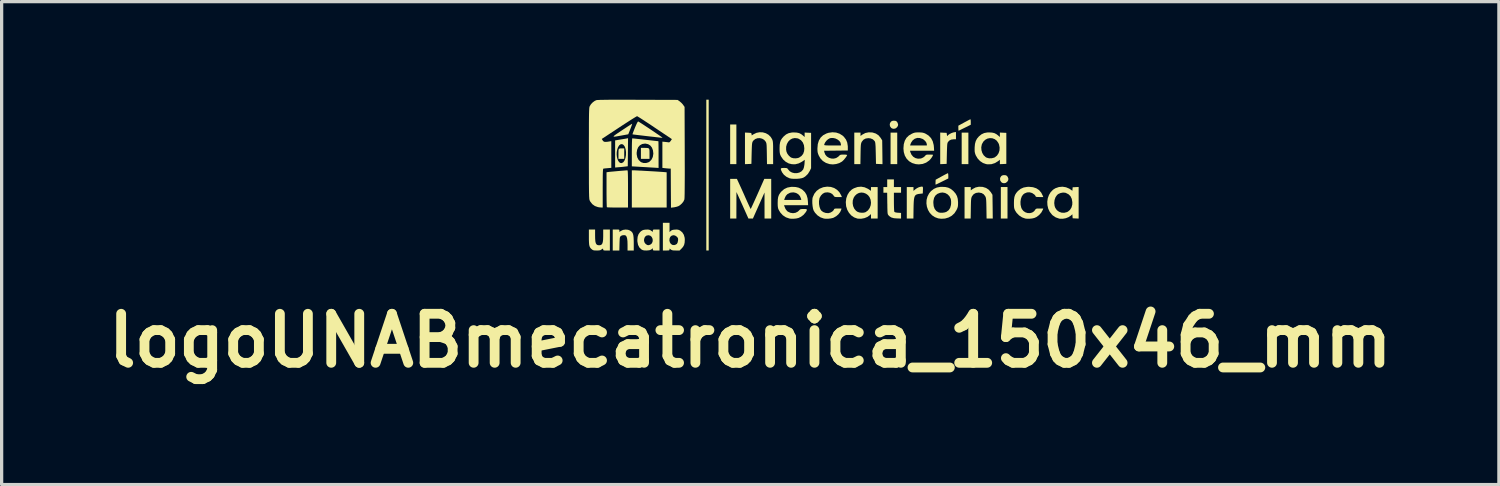
<source format=kicad_pcb>
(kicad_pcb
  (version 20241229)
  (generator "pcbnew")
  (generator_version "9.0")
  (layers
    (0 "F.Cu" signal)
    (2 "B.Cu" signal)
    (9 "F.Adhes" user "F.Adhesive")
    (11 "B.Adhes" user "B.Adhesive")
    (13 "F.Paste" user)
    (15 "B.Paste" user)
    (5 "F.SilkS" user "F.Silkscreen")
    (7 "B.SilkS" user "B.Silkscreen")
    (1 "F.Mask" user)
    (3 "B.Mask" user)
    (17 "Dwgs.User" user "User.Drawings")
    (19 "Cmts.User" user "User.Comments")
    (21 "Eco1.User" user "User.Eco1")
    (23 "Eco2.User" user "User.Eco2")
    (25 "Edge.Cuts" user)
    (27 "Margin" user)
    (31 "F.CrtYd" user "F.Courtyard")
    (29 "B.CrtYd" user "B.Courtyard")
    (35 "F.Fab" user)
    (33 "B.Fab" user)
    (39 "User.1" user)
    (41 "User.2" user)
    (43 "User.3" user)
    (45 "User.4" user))
  (footprint "logoUNABmecatronica_150x46_mm"
    (layer "F.Cu")
    (at 22.447 2.293)
    (property "Reference" "logoUNABmecatronica_150x46_mm" (at -2.54 5.08 0) (layer "F.SilkS") (effects (font (size 1.5 1.5) (thickness 0.3))))
    (attr board_only exclude_from_pos_files exclude_from_bom)
    (fp_poly (pts (xy -3.812 0.015) (xy -3.812 2.322) (xy -3.849 2.322) (xy -3.885 2.322) (xy -3.885 0.015) (xy -3.885 -2.293) (xy -3.849 -2.293) (xy -3.812 -2.293)) (stroke (width 0) (type solid)) (fill yes) (layer "F.SilkS"))
    (fp_poly (pts (xy -2.965 -0.927) (xy -2.965 -0.321) (xy -3.06 -0.321) (xy -3.155 -0.321) (xy -3.155 -0.927) (xy -3.155 -1.534) (xy -3.06 -1.534) (xy -2.965 -1.534)) (stroke (width 0) (type solid)) (fill yes) (layer "F.SilkS"))
    (fp_poly (pts (xy 1.957 -0.803) (xy 1.957 -0.321) (xy 1.855 -0.321) (xy 1.753 -0.321) (xy 1.753 -0.803) (xy 1.753 -1.285) (xy 1.855 -1.285) (xy 1.957 -1.285)) (stroke (width 0) (type solid)) (fill yes) (layer "F.SilkS"))
    (fp_poly (pts (xy 4.134 -0.803) (xy 4.134 -0.321) (xy 4.031 -0.321) (xy 3.929 -0.321) (xy 3.929 -0.803) (xy 3.929 -1.285) (xy 4.031 -1.285) (xy 4.134 -1.285)) (stroke (width 0) (type solid)) (fill yes) (layer "F.SilkS"))
    (fp_poly (pts (xy 5.331 0.862) (xy 5.331 1.344) (xy 5.229 1.344) (xy 5.127 1.344) (xy 5.127 0.862) (xy 5.127 0.38) (xy 5.229 0.38) (xy 5.331 0.38)) (stroke (width 0) (type solid)) (fill yes) (layer "F.SilkS"))
    (fp_poly (pts (xy -6.397 -0.643) (xy -6.397 -0.482) (xy -6.485 -0.482) (xy -6.573 -0.482) (xy -6.573 -0.634) (xy -6.572 -0.706) (xy -6.569 -0.754) (xy -6.559 -0.783) (xy -6.539 -0.798) (xy -6.507 -0.803) (xy -6.462 -0.803) (xy -6.397 -0.803)) (stroke (width 0) (type solid)) (fill yes) (layer "F.SilkS"))
    (fp_poly (pts (xy -5.788 -0.818) (xy -5.719 -0.817) (xy -5.672 -0.813) (xy -5.644 -0.801) (xy -5.629 -0.775) (xy -5.624 -0.731) (xy -5.623 -0.664) (xy -5.623 -0.641) (xy -5.623 -0.482) (xy -5.755 -0.482) (xy -5.886 -0.482) (xy -5.886 -0.65) (xy -5.886 -0.818)) (stroke (width 0) (type solid)) (fill yes) (layer "F.SilkS"))
    (fp_poly (pts (xy 1.906 -1.645) (xy 1.941 -1.625) (xy 1.965 -1.591) (xy 1.984 -1.538) (xy 1.978 -1.493) (xy 1.949 -1.447) (xy 1.903 -1.412) (xy 1.849 -1.401) (xy 1.797 -1.413) (xy 1.77 -1.432) (xy 1.735 -1.482) (xy 1.728 -1.54) (xy 1.738 -1.578) (xy 1.768 -1.624) (xy 1.813 -1.646) (xy 1.853 -1.65)) (stroke (width 0) (type solid)) (fill yes) (layer "F.SilkS"))
    (fp_poly (pts (xy 5.28 0.02) (xy 5.315 0.04) (xy 5.339 0.074) (xy 5.358 0.127) (xy 5.352 0.172) (xy 5.323 0.218) (xy 5.277 0.253) (xy 5.223 0.264) (xy 5.171 0.252) (xy 5.144 0.233) (xy 5.109 0.183) (xy 5.102 0.125) (xy 5.112 0.087) (xy 5.142 0.041) (xy 5.187 0.019) (xy 5.227 0.015)) (stroke (width 0) (type solid)) (fill yes) (layer "F.SilkS"))
    (fp_poly (pts (xy -6.078 -0.131) (xy -6.021 -0.128) (xy -5.945 -0.124) (xy -5.855 -0.12) (xy -5.754 -0.114) (xy -5.648 -0.108) (xy -5.543 -0.102) (xy -5.442 -0.096) (xy -5.35 -0.09) (xy -5.273 -0.085) (xy -5.215 -0.081) (xy -5.189 -0.079) (xy -5.098 -0.071) (xy -5.098 0.469) (xy -5.098 1.008) (xy -5.631 1.008) (xy -6.164 1.008) (xy -6.164 0.438) (xy -6.164 -0.131) (xy -6.11 -0.131)) (stroke (width 0) (type solid)) (fill yes) (layer "F.SilkS"))
    (fp_poly (pts (xy 3.514 -0.031) (xy 3.519 0.003) (xy 3.52 0.036) (xy 3.52 0.117) (xy 3.33 0.212) (xy 3.263 0.245) (xy 3.204 0.274) (xy 3.16 0.295) (xy 3.136 0.306) (xy 3.132 0.307) (xy 3.129 0.294) (xy 3.128 0.26) (xy 3.129 0.231) (xy 3.133 0.156) (xy 3.314 0.056) (xy 3.38 0.02) (xy 3.437 -0.01) (xy 3.48 -0.032) (xy 3.505 -0.043) (xy 3.508 -0.044)) (stroke (width 0) (type solid)) (fill yes) (layer "F.SilkS"))
    (fp_poly (pts (xy 4.202 -1.681) (xy 4.206 -1.647) (xy 4.207 -1.61) (xy 4.207 -1.526) (xy 4.024 -1.435) (xy 3.957 -1.402) (xy 3.901 -1.374) (xy 3.859 -1.354) (xy 3.836 -1.344) (xy 3.834 -1.344) (xy 3.83 -1.357) (xy 3.828 -1.391) (xy 3.827 -1.42) (xy 3.827 -1.497) (xy 4.008 -1.596) (xy 4.074 -1.631) (xy 4.13 -1.661) (xy 4.172 -1.683) (xy 4.195 -1.693) (xy 4.198 -1.694)) (stroke (width 0) (type solid)) (fill yes) (layer "F.SilkS"))
    (fp_poly (pts (xy -6.156 -1.542) (xy -6.168 -1.506) (xy -6.187 -1.453) (xy -6.21 -1.393) (xy -6.273 -1.234) (xy -6.449 -1.202) (xy -6.553 -1.183) (xy -6.633 -1.169) (xy -6.687 -1.162) (xy -6.717 -1.162) (xy -6.722 -1.172) (xy -6.703 -1.192) (xy -6.66 -1.225) (xy -6.592 -1.271) (xy -6.501 -1.332) (xy -6.464 -1.357) (xy -6.38 -1.412) (xy -6.305 -1.462) (xy -6.241 -1.503) (xy -6.193 -1.534) (xy -6.162 -1.552) (xy -6.153 -1.557)) (stroke (width 0) (type solid)) (fill yes) (layer "F.SilkS"))
    (fp_poly (pts (xy 2.74 0.38) (xy 2.745 0.415) (xy 2.743 0.471) (xy 2.739 0.577) (xy 2.658 0.586) (xy 2.602 0.593) (xy 2.557 0.605) (xy 2.523 0.623) (xy 2.498 0.652) (xy 2.481 0.695) (xy 2.469 0.755) (xy 2.462 0.835) (xy 2.458 0.938) (xy 2.456 1.033) (xy 2.452 1.344) (xy 2.351 1.344) (xy 2.249 1.344) (xy 2.249 0.862) (xy 2.249 0.38) (xy 2.352 0.38) (xy 2.454 0.38) (xy 2.454 0.439) (xy 2.454 0.499) (xy 2.513 0.448) (xy 2.561 0.415) (xy 2.615 0.388) (xy 2.636 0.381) (xy 2.691 0.368) (xy 2.724 0.366)) (stroke (width 0) (type solid)) (fill yes) (layer "F.SilkS"))
    (fp_poly (pts (xy 3.754 -1.192) (xy 3.754 -1.081) (xy 3.684 -1.081) (xy 3.611 -1.072) (xy 3.556 -1.046) (xy 3.514 -1.003) (xy 3.504 -0.988) (xy 3.496 -0.969) (xy 3.49 -0.943) (xy 3.486 -0.907) (xy 3.483 -0.855) (xy 3.48 -0.783) (xy 3.477 -0.688) (xy 3.476 -0.645) (xy 3.469 -0.329) (xy 3.37 -0.324) (xy 3.272 -0.32) (xy 3.272 -0.803) (xy 3.272 -1.287) (xy 3.37 -1.282) (xy 3.469 -1.278) (xy 3.476 -1.22) (xy 3.483 -1.185) (xy 3.49 -1.179) (xy 3.494 -1.186) (xy 3.516 -1.212) (xy 3.558 -1.241) (xy 3.61 -1.268) (xy 3.665 -1.288) (xy 3.692 -1.294) (xy 3.754 -1.304)) (stroke (width 0) (type solid)) (fill yes) (layer "F.SilkS"))
    (fp_poly (pts (xy -6.294 -0.126) (xy -6.29 -0.106) (xy -6.287 -0.071) (xy -6.285 -0.018) (xy -6.283 0.055) (xy -6.282 0.15) (xy -6.281 0.27) (xy -6.281 0.416) (xy -6.281 0.438) (xy -6.281 1.008) (xy -6.6 1.008) (xy -6.693 1.007) (xy -6.777 1.006) (xy -6.846 1.004) (xy -6.897 1.002) (xy -6.925 0.999) (xy -6.928 0.998) (xy -6.93 0.982) (xy -6.932 0.939) (xy -6.934 0.875) (xy -6.936 0.791) (xy -6.937 0.691) (xy -6.938 0.578) (xy -6.938 0.458) (xy -6.938 -0.072) (xy -6.89 -0.079) (xy -6.863 -0.083) (xy -6.813 -0.088) (xy -6.746 -0.094) (xy -6.669 -0.101) (xy -6.586 -0.109) (xy -6.503 -0.116) (xy -6.428 -0.122) (xy -6.364 -0.127) (xy -6.319 -0.131) (xy -6.299 -0.132)) (stroke (width 0) (type solid)) (fill yes) (layer "F.SilkS"))
    (fp_poly (pts (xy -5.955 -1.619) (xy -5.919 -1.597) (xy -5.867 -1.564) (xy -5.801 -1.521) (xy -5.727 -1.472) (xy -5.646 -1.419) (xy -5.564 -1.364) (xy -5.483 -1.31) (xy -5.408 -1.258) (xy -5.341 -1.213) (xy -5.287 -1.175) (xy -5.249 -1.147) (xy -5.23 -1.133) (xy -5.229 -1.131) (xy -5.228 -1.129) (xy -5.228 -1.127) (xy -5.232 -1.127) (xy -5.242 -1.127) (xy -5.261 -1.128) (xy -5.292 -1.131) (xy -5.338 -1.137) (xy -5.403 -1.144) (xy -5.488 -1.154) (xy -5.598 -1.166) (xy -5.703 -1.178) (xy -5.813 -1.191) (xy -5.913 -1.203) (xy -5.999 -1.213) (xy -6.069 -1.222) (xy -6.118 -1.228) (xy -6.143 -1.232) (xy -6.145 -1.232) (xy -6.141 -1.247) (xy -6.128 -1.283) (xy -6.108 -1.336) (xy -6.082 -1.402) (xy -6.07 -1.432) (xy -6.036 -1.512) (xy -6.008 -1.573) (xy -5.986 -1.612) (xy -5.972 -1.627) (xy -5.971 -1.627)) (stroke (width 0) (type solid)) (fill yes) (layer "F.SilkS"))
    (fp_poly (pts (xy -6.592 1.68) (xy -6.562 1.683) (xy -6.548 1.691) (xy -6.544 1.707) (xy -6.544 1.717) (xy -6.544 1.755) (xy -6.497 1.722) (xy -6.433 1.692) (xy -6.356 1.681) (xy -6.28 1.688) (xy -6.223 1.71) (xy -6.183 1.736) (xy -6.153 1.767) (xy -6.132 1.806) (xy -6.118 1.858) (xy -6.11 1.928) (xy -6.106 2.02) (xy -6.105 2.093) (xy -6.105 2.322) (xy -6.2 2.322) (xy -6.295 2.322) (xy -6.295 2.147) (xy -6.298 2.039) (xy -6.307 1.959) (xy -6.323 1.903) (xy -6.345 1.869) (xy -6.353 1.863) (xy -6.393 1.852) (xy -6.444 1.855) (xy -6.489 1.871) (xy -6.505 1.883) (xy -6.518 1.898) (xy -6.527 1.917) (xy -6.533 1.945) (xy -6.536 1.988) (xy -6.539 2.051) (xy -6.541 2.118) (xy -6.546 2.322) (xy -6.647 2.322) (xy -6.748 2.322) (xy -6.748 2.001) (xy -6.748 1.68) (xy -6.646 1.68)) (stroke (width 0) (type solid)) (fill yes) (layer "F.SilkS"))
    (fp_poly (pts (xy -6.284 -0.685) (xy -6.288 -0.256) (xy -6.361 -0.247) (xy -6.412 -0.241) (xy -6.479 -0.234) (xy -6.547 -0.228) (xy -6.554 -0.228) (xy -6.675 -0.217) (xy -6.675 -0.612) (xy -6.628 -0.612) (xy -6.62 -0.539) (xy -6.603 -0.473) (xy -6.579 -0.418) (xy -6.548 -0.378) (xy -6.511 -0.355) (xy -6.472 -0.353) (xy -6.429 -0.377) (xy -6.42 -0.386) (xy -6.384 -0.439) (xy -6.358 -0.512) (xy -6.344 -0.597) (xy -6.342 -0.686) (xy -6.352 -0.772) (xy -6.375 -0.847) (xy -6.381 -0.858) (xy -6.418 -0.909) (xy -6.46 -0.933) (xy -6.505 -0.929) (xy -6.548 -0.899) (xy -6.585 -0.842) (xy -6.586 -0.84) (xy -6.612 -0.766) (xy -6.626 -0.689) (xy -6.628 -0.612) (xy -6.675 -0.612) (xy -6.675 -0.632) (xy -6.675 -1.047) (xy -6.518 -1.073) (xy -6.449 -1.084) (xy -6.387 -1.094) (xy -6.341 -1.102) (xy -6.321 -1.106) (xy -6.28 -1.114)) (stroke (width 0) (type solid)) (fill yes) (layer "F.SilkS"))
    (fp_poly (pts (xy 1.19 -1.29) (xy 1.202 -1.288) (xy 1.301 -1.257) (xy 1.383 -1.204) (xy 1.448 -1.126) (xy 1.453 -1.118) (xy 1.497 -1.047) (xy 1.502 -0.683) (xy 1.506 -0.32) (xy 1.407 -0.324) (xy 1.307 -0.329) (xy 1.3 -0.657) (xy 1.297 -0.765) (xy 1.295 -0.848) (xy 1.291 -0.91) (xy 1.287 -0.955) (xy 1.282 -0.986) (xy 1.275 -1.008) (xy 1.266 -1.024) (xy 1.265 -1.027) (xy 1.213 -1.078) (xy 1.143 -1.108) (xy 1.073 -1.116) (xy 0.991 -1.104) (xy 0.924 -1.068) (xy 0.875 -1.009) (xy 0.87 -1.001) (xy 0.86 -0.979) (xy 0.852 -0.954) (xy 0.846 -0.924) (xy 0.842 -0.882) (xy 0.839 -0.824) (xy 0.837 -0.747) (xy 0.835 -0.646) (xy 0.835 -0.632) (xy 0.83 -0.321) (xy 0.736 -0.321) (xy 0.643 -0.321) (xy 0.643 -0.803) (xy 0.643 -1.285) (xy 0.738 -1.285) (xy 0.833 -1.285) (xy 0.833 -1.234) (xy 0.833 -1.183) (xy 0.892 -1.226) (xy 0.981 -1.273) (xy 1.082 -1.294)) (stroke (width 0) (type solid)) (fill yes) (layer "F.SilkS"))
    (fp_poly (pts (xy 1.855 0.263) (xy 1.855 0.38) (xy 1.965 0.38) (xy 2.074 0.38) (xy 2.074 0.467) (xy 2.074 0.555) (xy 1.965 0.555) (xy 1.855 0.555) (xy 1.855 0.836) (xy 1.856 0.925) (xy 1.858 1.004) (xy 1.861 1.07) (xy 1.864 1.116) (xy 1.869 1.138) (xy 1.869 1.139) (xy 1.893 1.153) (xy 1.945 1.163) (xy 1.978 1.166) (xy 2.074 1.172) (xy 2.074 1.258) (xy 2.074 1.344) (xy 1.983 1.342) (xy 1.924 1.339) (xy 1.869 1.335) (xy 1.84 1.33) (xy 1.774 1.31) (xy 1.722 1.276) (xy 1.694 1.249) (xy 1.683 1.236) (xy 1.674 1.222) (xy 1.667 1.203) (xy 1.662 1.176) (xy 1.659 1.137) (xy 1.657 1.081) (xy 1.655 1.004) (xy 1.654 0.903) (xy 1.653 0.883) (xy 1.649 0.555) (xy 1.591 0.555) (xy 1.534 0.555) (xy 1.534 0.467) (xy 1.534 0.38) (xy 1.592 0.38) (xy 1.65 0.38) (xy 1.65 0.263) (xy 1.65 0.146) (xy 1.753 0.146) (xy 1.855 0.146)) (stroke (width 0) (type solid)) (fill yes) (layer "F.SilkS"))
    (fp_poly (pts (xy 4.564 0.375) (xy 4.576 0.377) (xy 4.675 0.408) (xy 4.757 0.462) (xy 4.822 0.539) (xy 4.827 0.547) (xy 4.871 0.618) (xy 4.876 0.981) (xy 4.88 1.344) (xy 4.786 1.344) (xy 4.691 1.344) (xy 4.686 1.033) (xy 4.684 0.929) (xy 4.682 0.849) (xy 4.679 0.789) (xy 4.675 0.746) (xy 4.67 0.714) (xy 4.662 0.689) (xy 4.652 0.667) (xy 4.651 0.665) (xy 4.603 0.602) (xy 4.539 0.564) (xy 4.458 0.549) (xy 4.448 0.549) (xy 4.365 0.561) (xy 4.298 0.597) (xy 4.249 0.656) (xy 4.244 0.665) (xy 4.234 0.687) (xy 4.226 0.711) (xy 4.22 0.742) (xy 4.216 0.784) (xy 4.213 0.841) (xy 4.211 0.919) (xy 4.209 1.02) (xy 4.209 1.033) (xy 4.204 1.344) (xy 4.11 1.344) (xy 4.017 1.344) (xy 4.017 0.862) (xy 4.017 0.38) (xy 4.112 0.38) (xy 4.207 0.38) (xy 4.207 0.431) (xy 4.207 0.482) (xy 4.266 0.439) (xy 4.355 0.392) (xy 4.456 0.371)) (stroke (width 0) (type solid)) (fill yes) (layer "F.SilkS"))
    (fp_poly (pts (xy -7.288 1.86) (xy -7.286 1.964) (xy -7.28 2.042) (xy -7.267 2.097) (xy -7.246 2.133) (xy -7.217 2.154) (xy -7.177 2.161) (xy -7.164 2.162) (xy -7.122 2.157) (xy -7.09 2.14) (xy -7.067 2.109) (xy -7.052 2.059) (xy -7.043 1.987) (xy -7.04 1.891) (xy -7.04 1.86) (xy -7.04 1.68) (xy -6.938 1.68) (xy -6.836 1.68) (xy -6.836 2.001) (xy -6.836 2.322) (xy -6.938 2.322) (xy -6.992 2.322) (xy -7.022 2.318) (xy -7.036 2.31) (xy -7.04 2.295) (xy -7.04 2.293) (xy -7.044 2.269) (xy -7.049 2.264) (xy -7.065 2.272) (xy -7.093 2.292) (xy -7.095 2.293) (xy -7.122 2.31) (xy -7.159 2.319) (xy -7.213 2.322) (xy -7.238 2.322) (xy -7.296 2.321) (xy -7.335 2.316) (xy -7.364 2.304) (xy -7.392 2.283) (xy -7.422 2.255) (xy -7.444 2.224) (xy -7.46 2.187) (xy -7.47 2.138) (xy -7.475 2.073) (xy -7.478 1.987) (xy -7.478 1.914) (xy -7.478 1.68) (xy -7.383 1.68) (xy -7.288 1.68)) (stroke (width 0) (type solid)) (fill yes) (layer "F.SilkS"))
    (fp_poly (pts (xy -2.879 0.281) (xy -2.852 0.34) (xy -2.816 0.419) (xy -2.774 0.512) (xy -2.729 0.612) (xy -2.685 0.713) (xy -2.672 0.741) (xy -2.633 0.829) (xy -2.597 0.907) (xy -2.567 0.972) (xy -2.544 1.02) (xy -2.53 1.047) (xy -2.527 1.051) (xy -2.519 1.038) (xy -2.502 1.002) (xy -2.475 0.944) (xy -2.441 0.87) (xy -2.4 0.78) (xy -2.355 0.68) (xy -2.315 0.591) (xy -2.111 0.131) (xy -2.005 0.131) (xy -1.899 0.131) (xy -1.899 0.738) (xy -1.899 1.344) (xy -2.001 1.344) (xy -2.103 1.344) (xy -2.104 0.946) (xy -2.104 0.548) (xy -2.282 0.946) (xy -2.459 1.344) (xy -2.528 1.344) (xy -2.596 1.344) (xy -2.732 1.041) (xy -2.774 0.946) (xy -2.816 0.854) (xy -2.854 0.769) (xy -2.886 0.699) (xy -2.91 0.647) (xy -2.915 0.635) (xy -2.963 0.533) (xy -2.964 0.938) (xy -2.965 1.344) (xy -3.06 1.344) (xy -3.155 1.344) (xy -3.155 0.738) (xy -3.155 0.131) (xy -3.052 0.131) (xy -2.949 0.131)) (stroke (width 0) (type solid)) (fill yes) (layer "F.SilkS"))
    (fp_poly (pts (xy -2.157 -1.293) (xy -2.065 -1.267) (xy -1.982 -1.22) (xy -1.915 -1.154) (xy -1.875 -1.089) (xy -1.864 -1.064) (xy -1.856 -1.04) (xy -1.85 -1.013) (xy -1.846 -0.978) (xy -1.843 -0.931) (xy -1.841 -0.868) (xy -1.841 -0.784) (xy -1.841 -0.676) (xy -1.841 -0.668) (xy -1.84 -0.321) (xy -1.934 -0.321) (xy -2.028 -0.321) (xy -2.033 -0.639) (xy -2.035 -0.745) (xy -2.037 -0.826) (xy -2.039 -0.886) (xy -2.043 -0.929) (xy -2.048 -0.961) (xy -2.056 -0.984) (xy -2.065 -1.003) (xy -2.067 -1.007) (xy -2.115 -1.064) (xy -2.178 -1.1) (xy -2.248 -1.117) (xy -2.32 -1.113) (xy -2.387 -1.089) (xy -2.442 -1.045) (xy -2.463 -1.017) (xy -2.472 -0.999) (xy -2.479 -0.975) (xy -2.485 -0.943) (xy -2.489 -0.898) (xy -2.492 -0.836) (xy -2.495 -0.752) (xy -2.498 -0.65) (xy -2.505 -0.329) (xy -2.604 -0.324) (xy -2.702 -0.32) (xy -2.702 -0.803) (xy -2.702 -1.287) (xy -2.604 -1.282) (xy -2.551 -1.279) (xy -2.521 -1.274) (xy -2.507 -1.264) (xy -2.501 -1.247) (xy -2.5 -1.238) (xy -2.496 -1.199) (xy -2.442 -1.234) (xy -2.35 -1.278) (xy -2.254 -1.297)) (stroke (width 0) (type solid)) (fill yes) (layer "F.SilkS"))
    (fp_poly (pts (xy -5.01 1.617) (xy -5.01 1.758) (xy -4.973 1.723) (xy -4.943 1.702) (xy -4.904 1.689) (xy -4.846 1.683) (xy -4.842 1.682) (xy -4.785 1.681) (xy -4.744 1.686) (xy -4.706 1.702) (xy -4.683 1.714) (xy -4.618 1.769) (xy -4.572 1.843) (xy -4.547 1.933) (xy -4.543 1.993) (xy -4.548 2.082) (xy -4.565 2.153) (xy -4.598 2.212) (xy -4.638 2.258) (xy -4.702 2.322) (xy -4.818 2.322) (xy -4.881 2.321) (xy -4.923 2.315) (xy -4.953 2.304) (xy -4.971 2.292) (xy -5.01 2.262) (xy -5.01 2.292) (xy -5.012 2.308) (xy -5.024 2.317) (xy -5.051 2.321) (xy -5.1 2.322) (xy -5.112 2.322) (xy -5.214 2.322) (xy -5.214 2.015) (xy -5.015 2.015) (xy -5 2.073) (xy -4.969 2.12) (xy -4.925 2.15) (xy -4.871 2.157) (xy -4.865 2.156) (xy -4.821 2.142) (xy -4.786 2.12) (xy -4.786 2.12) (xy -4.764 2.081) (xy -4.751 2.022) (xy -4.75 2.018) (xy -4.748 1.971) (xy -4.755 1.941) (xy -4.774 1.914) (xy -4.788 1.899) (xy -4.84 1.864) (xy -4.894 1.854) (xy -4.945 1.868) (xy -4.986 1.903) (xy -5.008 1.95) (xy -5.015 2.015) (xy -5.214 2.015) (xy -5.214 1.899) (xy -5.214 1.475) (xy -5.112 1.475) (xy -5.01 1.475)) (stroke (width 0) (type solid)) (fill yes) (layer "F.SilkS"))
    (fp_poly (pts (xy 0.959 0.388) (xy 1.061 0.434) (xy 1.082 0.447) (xy 1.154 0.497) (xy 1.154 0.438) (xy 1.154 0.38) (xy 1.256 0.38) (xy 1.358 0.38) (xy 1.358 0.862) (xy 1.358 1.344) (xy 1.256 1.344) (xy 1.154 1.344) (xy 1.154 1.275) (xy 1.154 1.207) (xy 1.114 1.245) (xy 1.042 1.296) (xy 0.953 1.332) (xy 0.855 1.35) (xy 0.758 1.348) (xy 0.732 1.343) (xy 0.638 1.309) (xy 0.553 1.251) (xy 0.482 1.172) (xy 0.428 1.077) (xy 0.394 0.97) (xy 0.393 0.962) (xy 0.386 0.879) (xy 0.593 0.879) (xy 0.608 0.965) (xy 0.643 1.043) (xy 0.695 1.106) (xy 0.741 1.138) (xy 0.8 1.159) (xy 0.869 1.167) (xy 0.937 1.164) (xy 0.99 1.148) (xy 1.062 1.095) (xy 1.114 1.022) (xy 1.146 0.935) (xy 1.154 0.858) (xy 1.142 0.767) (xy 1.11 0.69) (xy 1.062 0.628) (xy 1.001 0.584) (xy 0.933 0.557) (xy 0.861 0.548) (xy 0.788 0.56) (xy 0.721 0.594) (xy 0.662 0.649) (xy 0.624 0.708) (xy 0.597 0.791) (xy 0.593 0.879) (xy 0.386 0.879) (xy 0.383 0.84) (xy 0.398 0.724) (xy 0.435 0.619) (xy 0.492 0.528) (xy 0.569 0.455) (xy 0.632 0.418) (xy 0.742 0.379) (xy 0.852 0.369)) (stroke (width 0) (type solid)) (fill yes) (layer "F.SilkS"))
    (fp_poly (pts (xy 7.121 0.387) (xy 7.221 0.429) (xy 7.256 0.452) (xy 7.316 0.496) (xy 7.32 0.441) (xy 7.325 0.387) (xy 7.416 0.383) (xy 7.508 0.378) (xy 7.508 0.862) (xy 7.508 1.345) (xy 7.416 1.341) (xy 7.325 1.336) (xy 7.32 1.275) (xy 7.316 1.213) (xy 7.277 1.249) (xy 7.204 1.299) (xy 7.116 1.334) (xy 7.02 1.351) (xy 6.927 1.349) (xy 6.909 1.345) (xy 6.806 1.309) (xy 6.713 1.246) (xy 6.691 1.224) (xy 6.623 1.138) (xy 6.577 1.041) (xy 6.553 0.936) (xy 6.55 0.869) (xy 6.761 0.869) (xy 6.772 0.959) (xy 6.794 1.019) (xy 6.842 1.088) (xy 6.907 1.136) (xy 6.984 1.164) (xy 7.066 1.168) (xy 7.147 1.148) (xy 7.18 1.132) (xy 7.244 1.078) (xy 7.289 1.006) (xy 7.313 0.918) (xy 7.315 0.843) (xy 7.298 0.743) (xy 7.259 0.662) (xy 7.199 0.602) (xy 7.118 0.561) (xy 7.096 0.554) (xy 7.029 0.549) (xy 6.955 0.563) (xy 6.888 0.592) (xy 6.847 0.624) (xy 6.8 0.693) (xy 6.771 0.777) (xy 6.761 0.869) (xy 6.55 0.869) (xy 6.548 0.828) (xy 6.564 0.722) (xy 6.6 0.623) (xy 6.654 0.534) (xy 6.726 0.461) (xy 6.796 0.417) (xy 6.904 0.38) (xy 7.014 0.37)) (stroke (width 0) (type solid)) (fill yes) (layer "F.SilkS"))
    (fp_poly (pts (xy -6.133 -1.108) (xy -6.09 -1.104) (xy -6.026 -1.097) (xy -5.945 -1.088) (xy -5.851 -1.078) (xy -5.747 -1.066) (xy -5.644 -1.055) (xy -5.551 -1.044) (xy -5.471 -1.035) (xy -5.409 -1.028) (xy -5.368 -1.024) (xy -5.352 -1.022) (xy -5.352 -1.022) (xy -5.35 -1.008) (xy -5.349 -0.969) (xy -5.348 -0.908) (xy -5.347 -0.828) (xy -5.346 -0.734) (xy -5.346 -0.63) (xy -5.346 -0.613) (xy -5.346 -0.204) (xy -5.379 -0.207) (xy -5.402 -0.208) (xy -5.45 -0.211) (xy -5.518 -0.215) (xy -5.603 -0.22) (xy -5.7 -0.226) (xy -5.788 -0.231) (xy -6.164 -0.253) (xy -6.164 -0.67) (xy -6.016 -0.67) (xy -6.015 -0.62) (xy -5.997 -0.527) (xy -5.956 -0.449) (xy -5.894 -0.39) (xy -5.872 -0.377) (xy -5.804 -0.355) (xy -5.729 -0.355) (xy -5.657 -0.376) (xy -5.619 -0.399) (xy -5.56 -0.461) (xy -5.522 -0.541) (xy -5.507 -0.634) (xy -5.506 -0.648) (xy -5.518 -0.745) (xy -5.549 -0.827) (xy -5.599 -0.89) (xy -5.665 -0.931) (xy -5.746 -0.949) (xy -5.762 -0.949) (xy -5.845 -0.937) (xy -5.914 -0.9) (xy -5.967 -0.842) (xy -6.001 -0.764) (xy -6.016 -0.67) (xy -6.164 -0.67) (xy -6.164 -0.681) (xy -6.163 -0.8) (xy -6.162 -0.903) (xy -6.16 -0.989) (xy -6.157 -1.054) (xy -6.154 -1.095) (xy -6.15 -1.11) (xy -6.15 -1.11)) (stroke (width 0) (type solid)) (fill yes) (layer "F.SilkS"))
    (fp_poly (pts (xy -5.317 2.001) (xy -5.317 2.322) (xy -5.419 2.322) (xy -5.472 2.322) (xy -5.503 2.319) (xy -5.517 2.311) (xy -5.521 2.295) (xy -5.521 2.282) (xy -5.525 2.258) (xy -5.532 2.257) (xy -5.532 2.257) (xy -5.57 2.293) (xy -5.626 2.314) (xy -5.704 2.322) (xy -5.718 2.322) (xy -5.779 2.32) (xy -5.822 2.313) (xy -5.857 2.297) (xy -5.874 2.286) (xy -5.934 2.228) (xy -5.974 2.149) (xy -5.993 2.051) (xy -5.995 2.004) (xy -5.793 2.004) (xy -5.78 2.068) (xy -5.743 2.12) (xy -5.737 2.125) (xy -5.69 2.155) (xy -5.645 2.159) (xy -5.595 2.14) (xy -5.553 2.105) (xy -5.53 2.056) (xy -5.524 2.002) (xy -5.535 1.948) (xy -5.561 1.901) (xy -5.601 1.868) (xy -5.653 1.855) (xy -5.654 1.855) (xy -5.714 1.865) (xy -5.756 1.898) (xy -5.778 1.937) (xy -5.793 2.004) (xy -5.995 2.004) (xy -5.995 2.001) (xy -5.986 1.902) (xy -5.958 1.822) (xy -5.91 1.757) (xy -5.877 1.728) (xy -5.839 1.704) (xy -5.798 1.69) (xy -5.741 1.683) (xy -5.727 1.682) (xy -5.671 1.681) (xy -5.633 1.686) (xy -5.6 1.699) (xy -5.576 1.714) (xy -5.521 1.752) (xy -5.521 1.716) (xy -5.52 1.697) (xy -5.511 1.686) (xy -5.488 1.681) (xy -5.445 1.68) (xy -5.419 1.68) (xy -5.317 1.68)) (stroke (width 0) (type solid)) (fill yes) (layer "F.SilkS"))
    (fp_poly (pts (xy 3.429 0.379) (xy 3.517 0.399) (xy 3.594 0.437) (xy 3.667 0.495) (xy 3.682 0.51) (xy 3.744 0.582) (xy 3.785 0.657) (xy 3.809 0.741) (xy 3.818 0.844) (xy 3.818 0.871) (xy 3.816 0.937) (xy 3.81 0.986) (xy 3.795 1.032) (xy 3.77 1.086) (xy 3.708 1.182) (xy 3.626 1.258) (xy 3.529 1.312) (xy 3.42 1.344) (xy 3.304 1.351) (xy 3.21 1.339) (xy 3.109 1.302) (xy 3.022 1.244) (xy 2.952 1.169) (xy 2.899 1.08) (xy 2.865 0.982) (xy 2.85 0.878) (xy 2.851 0.862) (xy 3.062 0.862) (xy 3.072 0.965) (xy 3.103 1.05) (xy 3.153 1.114) (xy 3.223 1.156) (xy 3.228 1.158) (xy 3.278 1.167) (xy 3.343 1.167) (xy 3.408 1.157) (xy 3.461 1.14) (xy 3.462 1.139) (xy 3.53 1.089) (xy 3.576 1.019) (xy 3.601 0.93) (xy 3.605 0.89) (xy 3.606 0.83) (xy 3.601 0.773) (xy 3.593 0.739) (xy 3.554 0.661) (xy 3.495 0.601) (xy 3.423 0.562) (xy 3.342 0.547) (xy 3.266 0.557) (xy 3.184 0.59) (xy 3.124 0.642) (xy 3.084 0.712) (xy 3.064 0.804) (xy 3.062 0.862) (xy 2.851 0.862) (xy 2.855 0.773) (xy 2.882 0.671) (xy 2.932 0.575) (xy 2.989 0.506) (xy 3.075 0.438) (xy 3.171 0.395) (xy 3.281 0.375) (xy 3.321 0.374)) (stroke (width 0) (type solid)) (fill yes) (layer "F.SilkS"))
    (fp_poly (pts (xy 4.858 -1.286) (xy 4.929 -1.27) (xy 4.99 -1.239) (xy 5.044 -1.198) (xy 5.098 -1.151) (xy 5.098 -1.219) (xy 5.098 -1.287) (xy 5.196 -1.282) (xy 5.295 -1.278) (xy 5.295 -0.803) (xy 5.295 -0.329) (xy 5.196 -0.324) (xy 5.098 -0.32) (xy 5.098 -0.388) (xy 5.098 -0.455) (xy 5.04 -0.41) (xy 4.944 -0.352) (xy 4.838 -0.319) (xy 4.727 -0.315) (xy 4.676 -0.322) (xy 4.579 -0.356) (xy 4.491 -0.415) (xy 4.417 -0.494) (xy 4.361 -0.588) (xy 4.351 -0.612) (xy 4.336 -0.659) (xy 4.327 -0.705) (xy 4.325 -0.761) (xy 4.326 -0.833) (xy 4.326 -0.835) (xy 4.528 -0.835) (xy 4.534 -0.747) (xy 4.559 -0.664) (xy 4.602 -0.592) (xy 4.66 -0.537) (xy 4.696 -0.517) (xy 4.767 -0.499) (xy 4.846 -0.5) (xy 4.921 -0.519) (xy 4.944 -0.53) (xy 5.01 -0.583) (xy 5.058 -0.655) (xy 5.085 -0.738) (xy 5.09 -0.828) (xy 5.072 -0.919) (xy 5.052 -0.966) (xy 5.003 -1.037) (xy 4.94 -1.085) (xy 4.868 -1.112) (xy 4.792 -1.117) (xy 4.717 -1.102) (xy 4.649 -1.065) (xy 4.591 -1.009) (xy 4.549 -0.933) (xy 4.545 -0.922) (xy 4.528 -0.835) (xy 4.326 -0.835) (xy 4.336 -0.94) (xy 4.36 -1.028) (xy 4.399 -1.102) (xy 4.455 -1.168) (xy 4.533 -1.232) (xy 4.617 -1.272) (xy 4.715 -1.29) (xy 4.769 -1.291)) (stroke (width 0) (type solid)) (fill yes) (layer "F.SilkS"))
    (fp_poly (pts (xy -0.074 0.377) (xy 0.028 0.41) (xy 0.117 0.466) (xy 0.19 0.543) (xy 0.242 0.635) (xy 0.263 0.686) (xy 0.15 0.686) (xy 0.093 0.686) (xy 0.057 0.683) (xy 0.036 0.674) (xy 0.021 0.659) (xy 0.012 0.644) (xy -0.033 0.592) (xy -0.097 0.557) (xy -0.171 0.542) (xy -0.248 0.549) (xy -0.268 0.554) (xy -0.325 0.586) (xy -0.376 0.638) (xy -0.413 0.7) (xy -0.423 0.726) (xy -0.437 0.811) (xy -0.436 0.901) (xy -0.421 0.986) (xy -0.394 1.06) (xy -0.362 1.106) (xy -0.307 1.146) (xy -0.235 1.172) (xy -0.16 1.179) (xy -0.139 1.177) (xy -0.08 1.159) (xy -0.027 1.127) (xy 0.011 1.088) (xy 0.022 1.066) (xy 0.03 1.051) (xy 0.047 1.042) (xy 0.08 1.038) (xy 0.134 1.037) (xy 0.141 1.037) (xy 0.251 1.037) (xy 0.242 1.076) (xy 0.211 1.145) (xy 0.159 1.213) (xy 0.091 1.272) (xy 0.014 1.316) (xy -0.011 1.326) (xy -0.077 1.341) (xy -0.156 1.35) (xy -0.235 1.35) (xy -0.287 1.344) (xy -0.391 1.308) (xy -0.483 1.247) (xy -0.559 1.166) (xy -0.601 1.098) (xy -0.62 1.04) (xy -0.633 0.964) (xy -0.641 0.879) (xy -0.642 0.796) (xy -0.636 0.724) (xy -0.628 0.692) (xy -0.58 0.585) (xy -0.51 0.498) (xy -0.421 0.432) (xy -0.314 0.388) (xy -0.304 0.385) (xy -0.186 0.368)) (stroke (width 0) (type solid)) (fill yes) (layer "F.SilkS"))
    (fp_poly (pts (xy 6.11 0.385) (xy 6.213 0.419) (xy 6.298 0.475) (xy 6.365 0.555) (xy 6.412 0.65) (xy 6.426 0.686) (xy 6.309 0.686) (xy 6.247 0.685) (xy 6.21 0.681) (xy 6.194 0.672) (xy 6.193 0.667) (xy 6.183 0.645) (xy 6.159 0.616) (xy 6.153 0.61) (xy 6.084 0.563) (xy 6.007 0.541) (xy 5.929 0.545) (xy 5.854 0.575) (xy 5.81 0.609) (xy 5.768 0.667) (xy 5.741 0.744) (xy 5.728 0.831) (xy 5.731 0.92) (xy 5.75 1.005) (xy 5.771 1.054) (xy 5.818 1.113) (xy 5.879 1.154) (xy 5.947 1.176) (xy 6.018 1.178) (xy 6.085 1.161) (xy 6.143 1.123) (xy 6.176 1.08) (xy 6.19 1.058) (xy 6.206 1.046) (xy 6.231 1.039) (xy 6.273 1.037) (xy 6.313 1.037) (xy 6.426 1.037) (xy 6.411 1.077) (xy 6.365 1.162) (xy 6.297 1.238) (xy 6.216 1.298) (xy 6.153 1.326) (xy 6.086 1.342) (xy 6.007 1.35) (xy 5.929 1.35) (xy 5.876 1.344) (xy 5.776 1.308) (xy 5.685 1.248) (xy 5.608 1.168) (xy 5.567 1.104) (xy 5.55 1.069) (xy 5.539 1.037) (xy 5.532 1) (xy 5.529 0.951) (xy 5.528 0.882) (xy 5.528 0.862) (xy 5.531 0.762) (xy 5.542 0.684) (xy 5.563 0.621) (xy 5.597 0.564) (xy 5.645 0.507) (xy 5.649 0.503) (xy 5.73 0.437) (xy 5.824 0.395) (xy 5.934 0.375) (xy 5.989 0.373)) (stroke (width 0) (type solid)) (fill yes) (layer "F.SilkS"))
    (fp_poly (pts (xy -1.151 0.379) (xy -1.062 0.399) (xy -0.983 0.437) (xy -0.941 0.465) (xy -0.868 0.536) (xy -0.817 0.622) (xy -0.787 0.725) (xy -0.777 0.811) (xy -0.77 0.935) (xy -1.138 0.935) (xy -1.506 0.935) (xy -1.496 0.968) (xy -1.461 1.053) (xy -1.413 1.114) (xy -1.389 1.133) (xy -1.313 1.168) (xy -1.232 1.18) (xy -1.155 1.168) (xy -1.086 1.133) (xy -1.053 1.103) (xy -1.028 1.076) (xy -1.006 1.061) (xy -0.976 1.054) (xy -0.93 1.052) (xy -0.906 1.052) (xy -0.847 1.053) (xy -0.814 1.061) (xy -0.806 1.079) (xy -0.819 1.113) (xy -0.849 1.159) (xy -0.91 1.231) (xy -0.988 1.29) (xy -1.063 1.326) (xy -1.13 1.342) (xy -1.211 1.35) (xy -1.29 1.35) (xy -1.341 1.344) (xy -1.449 1.307) (xy -1.543 1.245) (xy -1.621 1.16) (xy -1.668 1.081) (xy -1.684 1.045) (xy -1.693 1.006) (xy -1.699 0.958) (xy -1.701 0.891) (xy -1.701 0.862) (xy -1.698 0.774) (xy -1.503 0.774) (xy -1.241 0.774) (xy -0.978 0.774) (xy -0.988 0.734) (xy -1.019 0.659) (xy -1.071 0.6) (xy -1.139 0.561) (xy -1.216 0.543) (xy -1.299 0.55) (xy -1.334 0.561) (xy -1.403 0.597) (xy -1.451 0.649) (xy -1.481 0.712) (xy -1.503 0.774) (xy -1.698 0.774) (xy -1.698 0.763) (xy -1.686 0.686) (xy -1.662 0.62) (xy -1.624 0.56) (xy -1.585 0.514) (xy -1.503 0.443) (xy -1.406 0.397) (xy -1.295 0.376) (xy -1.259 0.374)) (stroke (width 0) (type solid)) (fill yes) (layer "F.SilkS"))
    (fp_poly (pts (xy 2.685 -1.29) (xy 2.738 -1.283) (xy 2.784 -1.27) (xy 2.819 -1.255) (xy 2.916 -1.195) (xy 2.991 -1.117) (xy 3.043 -1.02) (xy 3.073 -0.904) (xy 3.079 -0.844) (xy 3.086 -0.73) (xy 2.717 -0.73) (xy 2.348 -0.73) (xy 2.358 -0.69) (xy 2.392 -0.611) (xy 2.445 -0.548) (xy 2.513 -0.506) (xy 2.591 -0.487) (xy 2.674 -0.492) (xy 2.711 -0.504) (xy 2.758 -0.528) (xy 2.798 -0.56) (xy 2.808 -0.571) (xy 2.826 -0.593) (xy 2.846 -0.606) (xy 2.875 -0.612) (xy 2.922 -0.613) (xy 2.946 -0.613) (xy 2.998 -0.612) (xy 3.035 -0.61) (xy 3.052 -0.606) (xy 3.053 -0.606) (xy 3.043 -0.577) (xy 3.02 -0.535) (xy 2.987 -0.489) (xy 2.95 -0.447) (xy 2.935 -0.432) (xy 2.842 -0.367) (xy 2.736 -0.327) (xy 2.62 -0.313) (xy 2.524 -0.321) (xy 2.414 -0.354) (xy 2.32 -0.41) (xy 2.245 -0.486) (xy 2.19 -0.58) (xy 2.157 -0.691) (xy 2.147 -0.801) (xy 2.154 -0.891) (xy 2.35 -0.891) (xy 2.606 -0.891) (xy 2.863 -0.891) (xy 2.863 -0.925) (xy 2.85 -0.974) (xy 2.816 -1.025) (xy 2.767 -1.07) (xy 2.732 -1.092) (xy 2.647 -1.121) (xy 2.566 -1.122) (xy 2.492 -1.097) (xy 2.429 -1.048) (xy 2.38 -0.976) (xy 2.36 -0.924) (xy 2.35 -0.891) (xy 2.154 -0.891) (xy 2.157 -0.929) (xy 2.188 -1.036) (xy 2.239 -1.125) (xy 2.313 -1.197) (xy 2.391 -1.244) (xy 2.444 -1.269) (xy 2.488 -1.283) (xy 2.533 -1.29) (xy 2.593 -1.292) (xy 2.614 -1.292)) (stroke (width 0) (type solid)) (fill yes) (layer "F.SilkS"))
    (fp_poly (pts (xy 0.087 -1.287) (xy 0.192 -1.252) (xy 0.285 -1.194) (xy 0.326 -1.156) (xy 0.389 -1.072) (xy 0.427 -0.98) (xy 0.444 -0.873) (xy 0.445 -0.841) (xy 0.445 -0.738) (xy 0.082 -0.734) (xy -0.281 -0.73) (xy -0.272 -0.684) (xy -0.244 -0.612) (xy -0.196 -0.555) (xy -0.133 -0.515) (xy -0.061 -0.492) (xy 0.014 -0.489) (xy 0.087 -0.507) (xy 0.151 -0.547) (xy 0.168 -0.564) (xy 0.194 -0.59) (xy 0.217 -0.605) (xy 0.247 -0.611) (xy 0.293 -0.613) (xy 0.319 -0.613) (xy 0.37 -0.612) (xy 0.407 -0.607) (xy 0.423 -0.601) (xy 0.424 -0.601) (xy 0.414 -0.575) (xy 0.389 -0.535) (xy 0.354 -0.49) (xy 0.316 -0.445) (xy 0.278 -0.409) (xy 0.266 -0.399) (xy 0.185 -0.353) (xy 0.089 -0.324) (xy -0.013 -0.312) (xy -0.111 -0.321) (xy -0.224 -0.358) (xy -0.32 -0.418) (xy -0.396 -0.5) (xy -0.445 -0.586) (xy -0.466 -0.639) (xy -0.479 -0.686) (xy -0.484 -0.74) (xy -0.485 -0.802) (xy -0.476 -0.906) (xy -0.278 -0.906) (xy -0.263 -0.9) (xy -0.221 -0.895) (xy -0.151 -0.892) (xy -0.055 -0.891) (xy -0.022 -0.891) (xy 0.234 -0.891) (xy 0.234 -0.925) (xy 0.22 -0.982) (xy 0.183 -1.033) (xy 0.129 -1.075) (xy 0.064 -1.106) (xy -0.007 -1.121) (xy -0.078 -1.119) (xy -0.112 -1.109) (xy -0.163 -1.08) (xy -0.212 -1.035) (xy -0.251 -0.982) (xy -0.274 -0.931) (xy -0.278 -0.906) (xy -0.476 -0.906) (xy -0.474 -0.932) (xy -0.441 -1.042) (xy -0.386 -1.134) (xy -0.309 -1.206) (xy -0.21 -1.258) (xy -0.144 -1.28) (xy -0.027 -1.296)) (stroke (width 0) (type solid)) (fill yes) (layer "F.SilkS"))
    (fp_poly (pts (xy -1.116 -1.286) (xy -1.045 -1.27) (xy -0.983 -1.239) (xy -0.93 -1.198) (xy -0.876 -1.151) (xy -0.876 -1.219) (xy -0.876 -1.287) (xy -0.778 -1.282) (xy -0.679 -1.278) (xy -0.679 -0.738) (xy -0.679 -0.197) (xy -0.717 -0.117) (xy -0.778 -0.019) (xy -0.859 0.058) (xy -0.913 0.092) (xy -0.962 0.109) (xy -1.031 0.121) (xy -1.111 0.128) (xy -1.193 0.129) (xy -1.269 0.125) (xy -1.33 0.114) (xy -1.338 0.112) (xy -1.431 0.068) (xy -1.509 0.007) (xy -1.565 -0.068) (xy -1.569 -0.076) (xy -1.596 -0.134) (xy -1.607 -0.171) (xy -1.598 -0.192) (xy -1.569 -0.202) (xy -1.517 -0.204) (xy -1.508 -0.204) (xy -1.455 -0.203) (xy -1.423 -0.198) (xy -1.402 -0.187) (xy -1.386 -0.165) (xy -1.38 -0.157) (xy -1.33 -0.101) (xy -1.264 -0.064) (xy -1.189 -0.045) (xy -1.112 -0.045) (xy -1.038 -0.063) (xy -0.974 -0.099) (xy -0.925 -0.153) (xy -0.917 -0.167) (xy -0.897 -0.226) (xy -0.883 -0.306) (xy -0.88 -0.339) (xy -0.872 -0.454) (xy -0.958 -0.395) (xy -1.058 -0.343) (xy -1.162 -0.317) (xy -1.265 -0.318) (xy -1.365 -0.343) (xy -1.456 -0.393) (xy -1.536 -0.465) (xy -1.6 -0.559) (xy -1.612 -0.584) (xy -1.627 -0.62) (xy -1.636 -0.66) (xy -1.641 -0.71) (xy -1.643 -0.762) (xy -1.443 -0.762) (xy -1.431 -0.697) (xy -1.404 -0.638) (xy -1.36 -0.58) (xy -1.308 -0.534) (xy -1.278 -0.517) (xy -1.218 -0.501) (xy -1.147 -0.498) (xy -1.081 -0.508) (xy -1.047 -0.52) (xy -0.972 -0.571) (xy -0.921 -0.636) (xy -0.893 -0.719) (xy -0.886 -0.803) (xy -0.898 -0.901) (xy -0.932 -0.985) (xy -0.986 -1.051) (xy -1.059 -1.097) (xy -1.096 -1.11) (xy -1.18 -1.119) (xy -1.257 -1.103) (xy -1.324 -1.065) (xy -1.379 -1.008) (xy -1.419 -0.937) (xy -1.442 -0.853) (xy -1.443 -0.762) (xy -1.643 -0.762) (xy -1.643 -0.778) (xy -1.643 -0.811) (xy -1.64 -0.91) (xy -1.627 -0.989) (xy -1.604 -1.054) (xy -1.566 -1.113) (xy -1.52 -1.166) (xy -1.444 -1.23) (xy -1.361 -1.27) (xy -1.264 -1.289) (xy -1.205 -1.291)) (stroke (width 0) (type solid)) (fill yes) (layer "F.SilkS"))
    (fp_poly (pts (xy -6.214 -2.291) (xy -5.979 -2.29) (xy -4.764 -2.286) (xy -4.701 -2.242) (xy -4.653 -2.201) (xy -4.607 -2.152) (xy -4.594 -2.134) (xy -4.55 -2.072) (xy -4.545 -0.682) (xy -4.545 -0.421) (xy -4.544 -0.189) (xy -4.544 0.015) (xy -4.545 0.193) (xy -4.546 0.345) (xy -4.547 0.472) (xy -4.548 0.575) (xy -4.55 0.656) (xy -4.552 0.714) (xy -4.555 0.75) (xy -4.557 0.764) (xy -4.586 0.825) (xy -4.634 0.885) (xy -4.692 0.937) (xy -4.741 0.966) (xy -4.791 0.983) (xy -4.852 0.997) (xy -4.883 1.002) (xy -4.966 1.012) (xy -4.97 0.415) (xy -4.973 -0.183) (xy -5.039 -0.186) (xy -5.098 -0.191) (xy -5.157 -0.197) (xy -5.167 -0.198) (xy -5.229 -0.206) (xy -5.229 -0.608) (xy -5.229 -1.009) (xy -5.138 -1) (xy -5.087 -0.994) (xy -5.047 -0.989) (xy -5.028 -0.985) (xy -5.01 -0.993) (xy -4.985 -1.018) (xy -4.974 -1.033) (xy -4.938 -1.086) (xy -5.46 -1.436) (xy -5.57 -1.51) (xy -5.674 -1.579) (xy -5.768 -1.64) (xy -5.85 -1.694) (xy -5.917 -1.737) (xy -5.967 -1.767) (xy -5.996 -1.785) (xy -6.003 -1.788) (xy -6.02 -1.78) (xy -6.058 -1.758) (xy -6.115 -1.723) (xy -6.189 -1.677) (xy -6.276 -1.621) (xy -6.375 -1.557) (xy -6.483 -1.487) (xy -6.554 -1.44) (xy -7.084 -1.091) (xy -7.055 -1.046) (xy -7.034 -1.02) (xy -7.007 -1.005) (xy -6.969 -1.001) (xy -6.912 -1.005) (xy -6.861 -1.013) (xy -6.792 -1.024) (xy -6.792 -0.616) (xy -6.792 -0.207) (xy -6.905 -0.197) (xy -6.961 -0.192) (xy -7.007 -0.187) (xy -7.034 -0.183) (xy -7.036 -0.182) (xy -7.041 -0.174) (xy -7.045 -0.153) (xy -7.048 -0.116) (xy -7.051 -0.061) (xy -7.053 0.014) (xy -7.054 0.111) (xy -7.054 0.233) (xy -7.055 0.381) (xy -7.055 0.416) (xy -7.055 1.008) (xy -7.102 1.006) (xy -7.152 1.002) (xy -7.201 0.994) (xy -7.294 0.961) (xy -7.373 0.904) (xy -7.434 0.827) (xy -7.451 0.796) (xy -7.455 0.785) (xy -7.459 0.772) (xy -7.463 0.755) (xy -7.466 0.731) (xy -7.468 0.7) (xy -7.471 0.66) (xy -7.472 0.608) (xy -7.474 0.544) (xy -7.475 0.464) (xy -7.476 0.368) (xy -7.477 0.253) (xy -7.477 0.118) (xy -7.477 -0.039) (xy -7.478 -0.22) (xy -7.478 -0.427) (xy -7.478 -0.65) (xy -7.478 -0.883) (xy -7.478 -1.089) (xy -7.477 -1.269) (xy -7.477 -1.425) (xy -7.477 -1.559) (xy -7.476 -1.673) (xy -7.475 -1.768) (xy -7.474 -1.847) (xy -7.472 -1.912) (xy -7.47 -1.963) (xy -7.468 -2.003) (xy -7.466 -2.033) (xy -7.463 -2.056) (xy -7.459 -2.073) (xy -7.455 -2.086) (xy -7.451 -2.096) (xy -7.413 -2.156) (xy -7.359 -2.212) (xy -7.297 -2.257) (xy -7.249 -2.278) (xy -7.227 -2.282) (xy -7.184 -2.284) (xy -7.119 -2.287) (xy -7.031 -2.288) (xy -6.919 -2.29) (xy -6.782 -2.291) (xy -6.62 -2.291) (xy -6.431 -2.291)) (stroke (width 0) (type solid)) (fill yes) (layer "F.SilkS")))
  (gr_rect
    (start -3 -3)
    (end 42.814 11.777)
    (stroke (width 0.1) (type default))
    (fill no)
    (layer "Edge.Cuts")))
</source>
